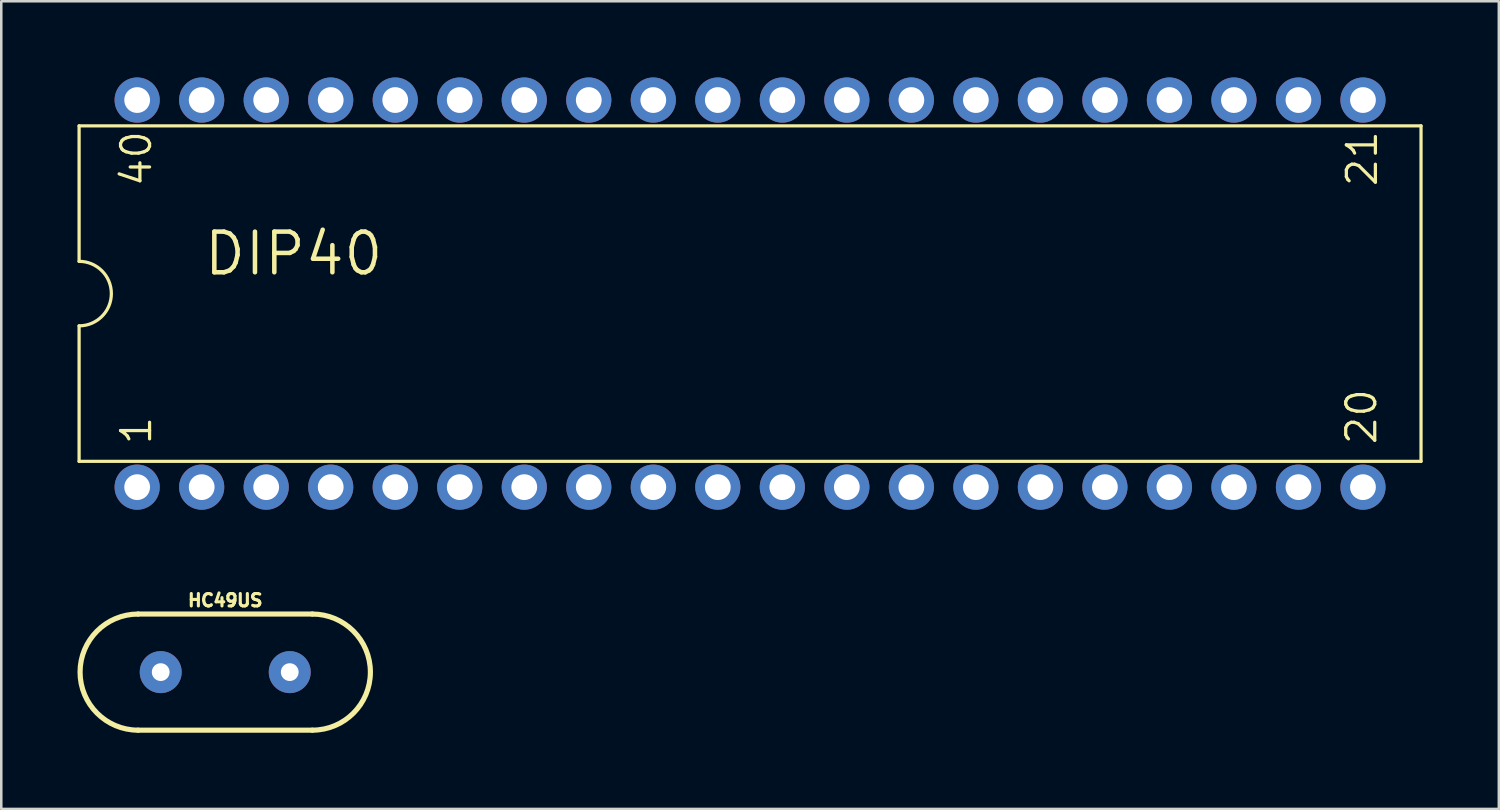
<source format=kicad_pcb>
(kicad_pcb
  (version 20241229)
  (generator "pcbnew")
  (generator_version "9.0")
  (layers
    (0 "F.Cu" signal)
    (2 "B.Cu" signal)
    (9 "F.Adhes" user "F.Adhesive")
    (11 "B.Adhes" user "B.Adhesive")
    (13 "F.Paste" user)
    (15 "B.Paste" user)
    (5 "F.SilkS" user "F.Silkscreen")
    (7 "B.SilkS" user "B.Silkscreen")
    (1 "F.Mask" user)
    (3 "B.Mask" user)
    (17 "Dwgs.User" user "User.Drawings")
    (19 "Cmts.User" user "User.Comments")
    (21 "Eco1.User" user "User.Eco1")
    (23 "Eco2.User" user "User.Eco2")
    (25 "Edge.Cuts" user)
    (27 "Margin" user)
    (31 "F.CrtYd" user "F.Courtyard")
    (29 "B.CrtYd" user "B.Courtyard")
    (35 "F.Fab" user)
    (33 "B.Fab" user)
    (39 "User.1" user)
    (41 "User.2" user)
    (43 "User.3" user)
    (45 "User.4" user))
  (footprint "DIP40"
    (layer "F.Cu")
    (at 26.48 8.509)
    (property "Reference" "DIP40" (at -21.59 -0.635 0) (layer "F.SilkS") (effects (font (size 1.6 1.6) (thickness 0.178)) (justify left bottom)))
    (fp_line (start -26.416 -6.604) (end -26.416 -1.27) (stroke (width 0.127) (type solid)) (layer "F.SilkS"))
    (fp_line (start -26.416 -6.604) (end 26.416 -6.604) (stroke (width 0.127) (type solid)) (layer "F.SilkS"))
    (fp_line (start -26.416 1.27) (end -26.416 6.604) (stroke (width 0.127) (type solid)) (layer "F.SilkS"))
    (fp_line (start -26.416 6.604) (end 26.416 6.604) (stroke (width 0.127) (type solid)) (layer "F.SilkS"))
    (fp_line (start 26.416 6.604) (end 26.416 -6.604) (stroke (width 0.127) (type solid)) (layer "F.SilkS"))
    (fp_arc (start -26.416 -1.27) (mid -25.146 0) (end -26.416 1.27) (stroke (width 0.127) (type solid)) (layer "F.SilkS"))
    (fp_text user "1" (at -23.495 6.02 90) (layer "F.SilkS") (effects (font (size 1.143 1.143) (thickness 0.127)) (justify left bottom)))
    (fp_text user "21" (at 24.765 -4.14 90) (layer "F.SilkS") (effects (font (size 1.143 1.143) (thickness 0.127)) (justify left bottom)))
    (fp_text user "20" (at 24.74 6.02 90) (layer "F.SilkS") (effects (font (size 1.143 1.143) (thickness 0.127)) (justify left bottom)))
    (fp_text user "40" (at -23.495 -4.14 90) (layer "F.SilkS") (effects (font (size 1.143 1.143) (thickness 0.127)) (justify left bottom)))
    (pad "1" thru_hole circle (at -24.13 7.62 90) (size 1.778 1.778) (drill 1.016) (layers "*.Cu" "*.Mask"))
    (pad "2" thru_hole circle (at -21.59 7.62 90) (size 1.778 1.778) (drill 1.016) (layers "*.Cu" "*.Mask"))
    (pad "3" thru_hole circle (at -19.05 7.62 90) (size 1.778 1.778) (drill 1.016) (layers "*.Cu" "*.Mask"))
    (pad "4" thru_hole circle (at -16.51 7.62 90) (size 1.778 1.778) (drill 1.016) (layers "*.Cu" "*.Mask"))
    (pad "5" thru_hole circle (at -13.97 7.62 90) (size 1.778 1.778) (drill 1.016) (layers "*.Cu" "*.Mask"))
    (pad "6" thru_hole circle (at -11.43 7.62 90) (size 1.778 1.778) (drill 1.016) (layers "*.Cu" "*.Mask"))
    (pad "7" thru_hole circle (at -8.89 7.62 90) (size 1.778 1.778) (drill 1.016) (layers "*.Cu" "*.Mask"))
    (pad "8" thru_hole circle (at -6.35 7.62 90) (size 1.778 1.778) (drill 1.016) (layers "*.Cu" "*.Mask"))
    (pad "9" thru_hole circle (at -3.81 7.62 90) (size 1.778 1.778) (drill 1.016) (layers "*.Cu" "*.Mask"))
    (pad "10" thru_hole circle (at -1.27 7.62 90) (size 1.778 1.778) (drill 1.016) (layers "*.Cu" "*.Mask"))
    (pad "11" thru_hole circle (at 1.27 7.62 90) (size 1.778 1.778) (drill 1.016) (layers "*.Cu" "*.Mask"))
    (pad "12" thru_hole circle (at 3.81 7.62 90) (size 1.778 1.778) (drill 1.016) (layers "*.Cu" "*.Mask"))
    (pad "13" thru_hole circle (at 6.35 7.62 90) (size 1.778 1.778) (drill 1.016) (layers "*.Cu" "*.Mask"))
    (pad "14" thru_hole circle (at 8.89 7.62 90) (size 1.778 1.778) (drill 1.016) (layers "*.Cu" "*.Mask"))
    (pad "15" thru_hole circle (at 11.43 7.62 90) (size 1.778 1.778) (drill 1.016) (layers "*.Cu" "*.Mask"))
    (pad "16" thru_hole circle (at 13.97 7.62 90) (size 1.778 1.778) (drill 1.016) (layers "*.Cu" "*.Mask"))
    (pad "17" thru_hole circle (at 16.51 7.62 90) (size 1.778 1.778) (drill 1.016) (layers "*.Cu" "*.Mask"))
    (pad "18" thru_hole circle (at 19.05 7.62 90) (size 1.778 1.778) (drill 1.016) (layers "*.Cu" "*.Mask"))
    (pad "19" thru_hole circle (at 21.59 7.62 90) (size 1.778 1.778) (drill 1.016) (layers "*.Cu" "*.Mask"))
    (pad "20" thru_hole circle (at 24.13 7.62 90) (size 1.778 1.778) (drill 1.016) (layers "*.Cu" "*.Mask"))
    (pad "21" thru_hole circle (at 24.13 -7.62 90) (size 1.778 1.778) (drill 1.016) (layers "*.Cu" "*.Mask"))
    (pad "22" thru_hole circle (at 21.59 -7.62 90) (size 1.778 1.778) (drill 1.016) (layers "*.Cu" "*.Mask"))
    (pad "23" thru_hole circle (at 19.05 -7.62 90) (size 1.778 1.778) (drill 1.016) (layers "*.Cu" "*.Mask"))
    (pad "24" thru_hole circle (at 16.51 -7.62 90) (size 1.778 1.778) (drill 1.016) (layers "*.Cu" "*.Mask"))
    (pad "25" thru_hole circle (at 13.97 -7.62 90) (size 1.778 1.778) (drill 1.016) (layers "*.Cu" "*.Mask"))
    (pad "26" thru_hole circle (at 11.43 -7.62 90) (size 1.778 1.778) (drill 1.016) (layers "*.Cu" "*.Mask"))
    (pad "27" thru_hole circle (at 8.89 -7.62 90) (size 1.778 1.778) (drill 1.016) (layers "*.Cu" "*.Mask"))
    (pad "28" thru_hole circle (at 6.35 -7.62 90) (size 1.778 1.778) (drill 1.016) (layers "*.Cu" "*.Mask"))
    (pad "29" thru_hole circle (at 3.81 -7.62 90) (size 1.778 1.778) (drill 1.016) (layers "*.Cu" "*.Mask"))
    (pad "30" thru_hole circle (at 1.27 -7.62 90) (size 1.778 1.778) (drill 1.016) (layers "*.Cu" "*.Mask"))
    (pad "31" thru_hole circle (at -1.27 -7.62 90) (size 1.778 1.778) (drill 1.016) (layers "*.Cu" "*.Mask"))
    (pad "32" thru_hole circle (at -3.81 -7.62 90) (size 1.778 1.778) (drill 1.016) (layers "*.Cu" "*.Mask"))
    (pad "33" thru_hole circle (at -6.35 -7.62 90) (size 1.778 1.778) (drill 1.016) (layers "*.Cu" "*.Mask"))
    (pad "34" thru_hole circle (at -8.89 -7.62 90) (size 1.778 1.778) (drill 1.016) (layers "*.Cu" "*.Mask"))
    (pad "35" thru_hole circle (at -11.43 -7.62 90) (size 1.778 1.778) (drill 1.016) (layers "*.Cu" "*.Mask"))
    (pad "36" thru_hole circle (at -13.97 -7.62 90) (size 1.778 1.778) (drill 1.016) (layers "*.Cu" "*.Mask"))
    (pad "37" thru_hole circle (at -16.51 -7.62 90) (size 1.778 1.778) (drill 1.016) (layers "*.Cu" "*.Mask"))
    (pad "38" thru_hole circle (at -19.05 -7.62 90) (size 1.778 1.778) (drill 1.016) (layers "*.Cu" "*.Mask"))
    (pad "39" thru_hole circle (at -21.59 -7.62 90) (size 1.778 1.778) (drill 1.016) (layers "*.Cu" "*.Mask"))
    (pad "40" thru_hole circle (at -24.13 -7.62 90) (size 1.778 1.778) (drill 1.016) (layers "*.Cu" "*.Mask")))
  (footprint "HC49US"
    (layer "F.Cu")
    (at 5.817 23.411)
    (property "Reference" "HC49US" (at 0 -2.54 0) (layer "F.SilkS") (effects (font (size 0.488 0.488) (thickness 0.122)) (justify bottom)))
    (fp_line (start -3.429 2.286) (end 3.429 2.286) (stroke (width 0.203) (type solid)) (layer "F.SilkS"))
    (fp_line (start 3.429 -2.286) (end -3.429 -2.286) (stroke (width 0.203) (type solid)) (layer "F.SilkS"))
    (fp_arc (start -3.429 2.286) (mid -5.715 0) (end -3.429 -2.286) (stroke (width 0.2032) (type solid)) (layer "F.SilkS"))
    (fp_arc (start 3.429 -2.286) (mid 5.715 0) (end 3.429 2.286) (stroke (width 0.2032) (type solid)) (layer "F.SilkS"))
    (pad "1" thru_hole circle (at -2.54 0 90) (size 1.651 1.651) (drill 0.7) (layers "*.Cu" "*.Mask"))
    (pad "2" thru_hole circle (at 2.54 0 90) (size 1.651 1.651) (drill 0.7) (layers "*.Cu" "*.Mask")))
  (gr_rect
    (start -3 -3)
    (end 55.959 28.799)
    (stroke (width 0.1) (type default))
    (fill no)
    (layer "Edge.Cuts")))
</source>
